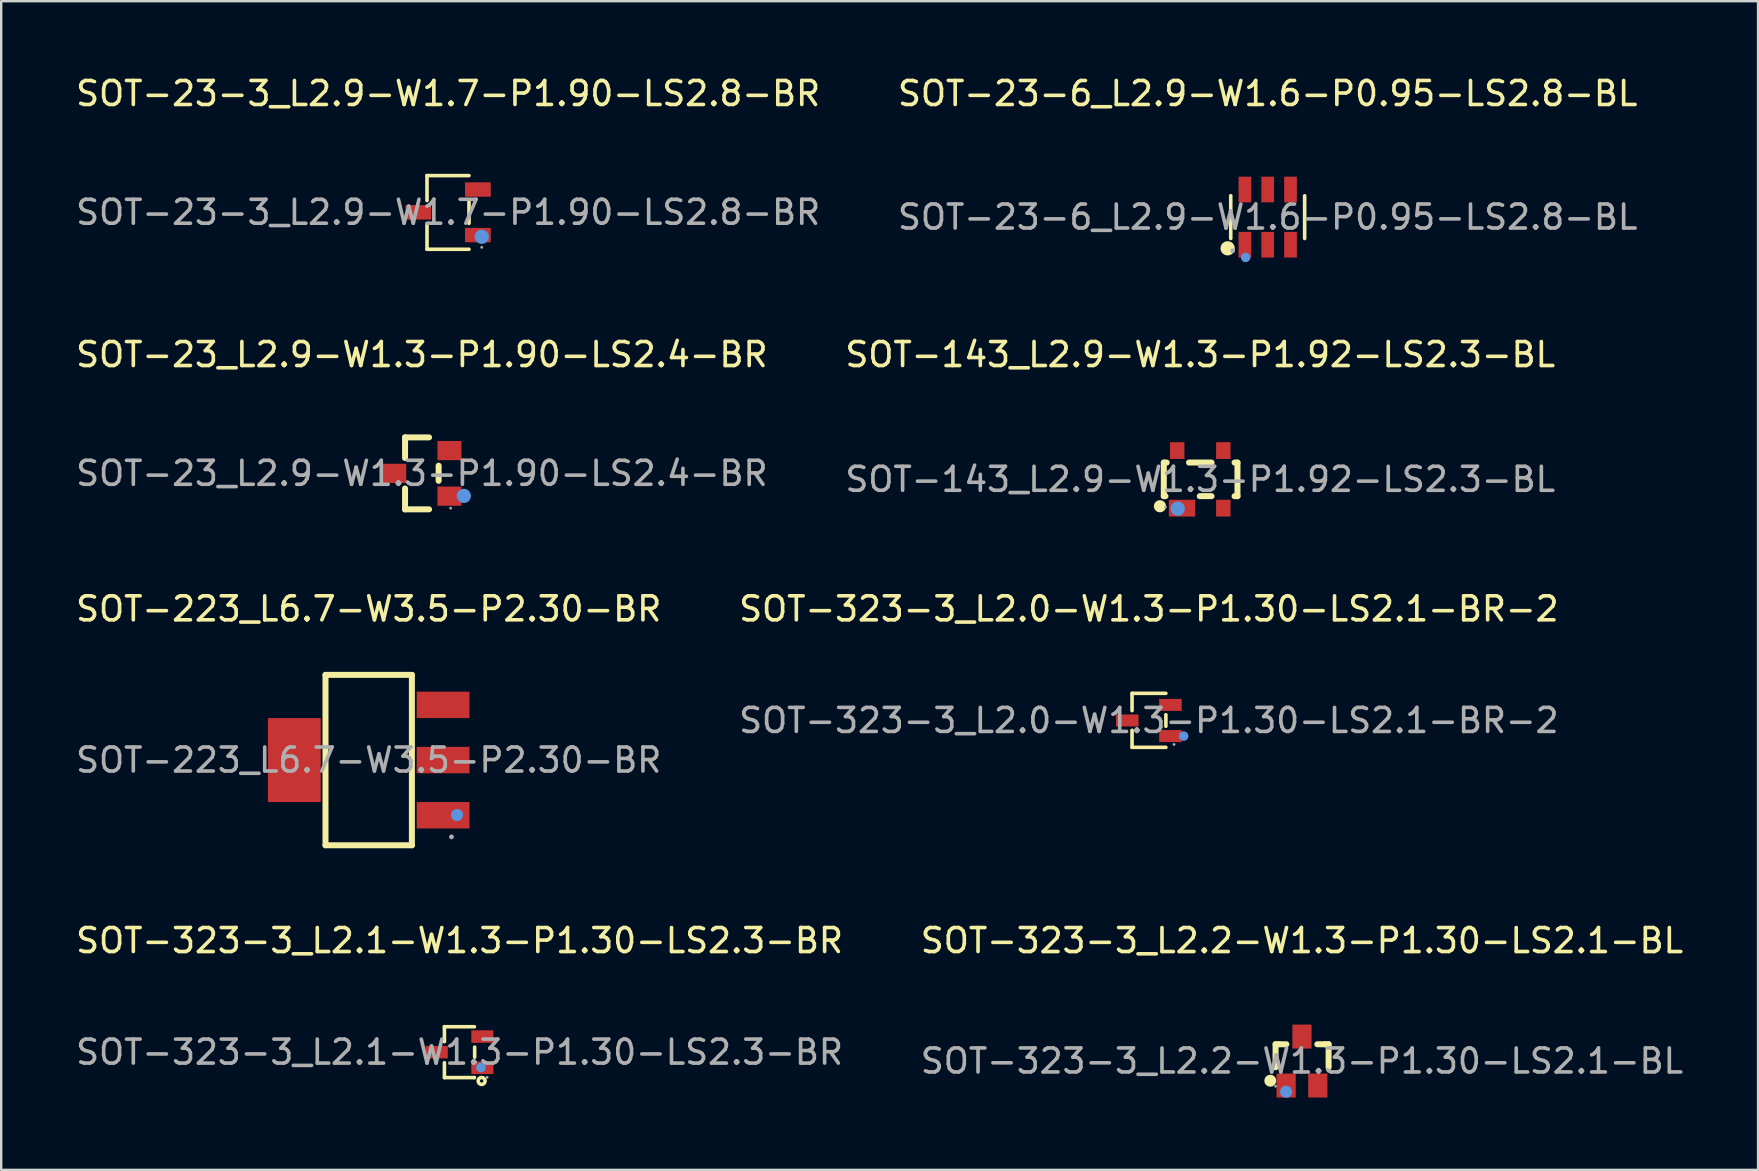
<source format=kicad_pcb>
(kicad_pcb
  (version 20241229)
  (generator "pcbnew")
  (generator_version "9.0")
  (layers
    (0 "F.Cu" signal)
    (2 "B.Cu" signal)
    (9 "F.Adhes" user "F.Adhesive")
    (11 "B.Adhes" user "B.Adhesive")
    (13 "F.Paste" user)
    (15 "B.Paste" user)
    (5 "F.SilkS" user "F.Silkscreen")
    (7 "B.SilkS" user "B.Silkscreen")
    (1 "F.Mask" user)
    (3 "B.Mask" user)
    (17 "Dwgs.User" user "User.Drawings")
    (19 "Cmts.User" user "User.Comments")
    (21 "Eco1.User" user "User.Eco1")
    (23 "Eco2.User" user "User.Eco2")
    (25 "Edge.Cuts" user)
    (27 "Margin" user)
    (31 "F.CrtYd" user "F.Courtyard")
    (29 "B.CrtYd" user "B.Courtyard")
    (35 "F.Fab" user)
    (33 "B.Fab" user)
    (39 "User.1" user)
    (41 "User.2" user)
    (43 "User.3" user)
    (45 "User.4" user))
  (footprint "SOT-23-6_L2.9-W1.6-P0.95-LS2.8-BL"
    (layer "F.Cu")
    (at 49.78 5.998)
    (property "Reference" "SOT-23-6_L2.9-W1.6-P0.95-LS2.8-BL" (at 0 -5.15 0) (layer "F.SilkS") (effects (font (size 1 1) (thickness 0.15))))
    (attr through_hole)
    (fp_line (start -1.54 0.89) (end -1.54 -0.89) (stroke (width 0.15) (type solid)) (layer "F.SilkS"))
    (fp_line (start 1.54 0.89) (end 1.54 -0.89) (stroke (width 0.15) (type solid)) (layer "F.SilkS"))
    (fp_circle (center -1.67 1.3) (end -1.52 1.3) (stroke (width 0.3) (type solid)) (fill no) (layer "F.SilkS"))
    (fp_circle (center -0.92 1.68) (end -0.82 1.68) (stroke (width 0.2) (type solid)) (fill no) (layer "Cmts.User"))
    (fp_circle (center -1.46 1.4) (end -1.41 1.4) (stroke (width 0.1) (type solid)) (fill no) (layer "F.Fab"))
    (fp_text user "${REFERENCE}" (at 0 0 0) (layer "F.Fab") (effects (font (size 1 1) (thickness 0.15))))
    (pad "1" smd rect (at -0.95 1.15) (size 0.53 1.07) (layers "F.Cu" "F.Mask" "F.Paste"))
    (pad "2" smd rect (at 0 1.15) (size 0.53 1.07) (layers "F.Cu" "F.Mask" "F.Paste"))
    (pad "3" smd rect (at 0.95 1.15) (size 0.53 1.07) (layers "F.Cu" "F.Mask" "F.Paste"))
    (pad "4" smd rect (at 0.95 -1.15) (size 0.53 1.07) (layers "F.Cu" "F.Mask" "F.Paste"))
    (pad "5" smd rect (at 0 -1.15) (size 0.53 1.07) (layers "F.Cu" "F.Mask" "F.Paste"))
    (pad "6" smd rect (at -0.95 -1.15) (size 0.53 1.07) (layers "F.Cu" "F.Mask" "F.Paste")))
  (footprint "SOT-223_L6.7-W3.5-P2.30-BR"
    (layer "F.Cu")
    (at 12.315 28.625)
    (property "Reference" "SOT-223_L6.7-W3.5-P2.30-BR" (at 0 -6.3 0) (layer "F.SilkS") (effects (font (size 1 1) (thickness 0.15))))
    (attr through_hole)
    (fp_line (start -1.8 -3.55) (end 1.8 -3.55) (stroke (width 0.25) (type solid)) (layer "F.SilkS"))
    (fp_line (start -1.8 3.55) (end -1.8 -3.55) (stroke (width 0.25) (type solid)) (layer "F.SilkS"))
    (fp_line (start -1.8 3.55) (end 1.8 3.55) (stroke (width 0.25) (type solid)) (layer "F.SilkS"))
    (fp_line (start 1.8 3.55) (end 1.8 -3.55) (stroke (width 0.25) (type solid)) (layer "F.SilkS"))
    (fp_circle (center 3.68 2.29) (end 3.81 2.29) (stroke (width 0.25) (type solid)) (fill no) (layer "Cmts.User"))
    (fp_circle (center 3.45 3.2) (end 3.5 3.2) (stroke (width 0.1) (type solid)) (fill no) (layer "F.Fab"))
    (fp_text user "${REFERENCE}" (at 0 0 0) (layer "F.Fab") (effects (font (size 1 1) (thickness 0.15))))
    (pad "1" smd rect (at 3.1 2.3 90) (size 1.1 2.2) (layers "F.Cu" "F.Mask" "F.Paste"))
    (pad "2" smd rect (at 3.1 0 90) (size 1.1 2.2) (layers "F.Cu" "F.Mask" "F.Paste"))
    (pad "3" smd rect (at 3.1 -2.3 90) (size 1.1 2.2) (layers "F.Cu" "F.Mask" "F.Paste"))
    (pad "4" smd rect (at -3.1 0) (size 2.2 3.5) (layers "F.Cu" "F.Mask" "F.Paste")))
  (footprint "SOT-143_L2.9-W1.3-P1.92-LS2.3-BL"
    (layer "F.Cu")
    (at 46.97 16.927)
    (property "Reference" "SOT-143_L2.9-W1.3-P1.92-LS2.3-BL" (at 0 -5.2 0) (layer "F.SilkS") (effects (font (size 1 1) (thickness 0.15))))
    (attr through_hole)
    (fp_line (start -1.52 -0.7) (end -1.4 -0.7) (stroke (width 0.25) (type solid)) (layer "F.SilkS"))
    (fp_line (start -1.52 0.7) (end -1.52 -0.7) (stroke (width 0.25) (type solid)) (layer "F.SilkS"))
    (fp_line (start -1.52 0.7) (end -1.45 0.7) (stroke (width 0.25) (type solid)) (layer "F.SilkS"))
    (fp_line (start -0.47 -0.7) (end 0.47 -0.7) (stroke (width 0.25) (type solid)) (layer "F.SilkS"))
    (fp_line (start -0.02 0.7) (end 0.47 0.7) (stroke (width 0.25) (type solid)) (layer "F.SilkS"))
    (fp_line (start 1.43 -0.7) (end 1.55 -0.7) (stroke (width 0.25) (type solid)) (layer "F.SilkS"))
    (fp_line (start 1.43 0.7) (end 1.55 0.7) (stroke (width 0.25) (type solid)) (layer "F.SilkS"))
    (fp_line (start 1.55 0.7) (end 1.55 -0.7) (stroke (width 0.25) (type solid)) (layer "F.SilkS"))
    (fp_circle (center -1.68 1.12) (end -1.55 1.12) (stroke (width 0.25) (type solid)) (fill no) (layer "F.SilkS"))
    (fp_circle (center -0.94 1.22) (end -0.79 1.22) (stroke (width 0.3) (type solid)) (fill no) (layer "Cmts.User"))
    (fp_circle (center -1.45 1.15) (end -1.42 1.15) (stroke (width 0.06) (type solid)) (fill no) (layer "F.Fab"))
    (fp_text user "${REFERENCE}" (at 0 0 0) (layer "F.Fab") (effects (font (size 1 1) (thickness 0.15))))
    (pad "1" smd rect (at -0.76 1.2) (size 1.1 0.7) (layers "F.Cu" "F.Mask" "F.Paste"))
    (pad "2" smd rect (at 0.96 1.2) (size 0.6 0.7) (layers "F.Cu" "F.Mask" "F.Paste"))
    (pad "3" smd rect (at 0.96 -1.2) (size 0.6 0.7) (layers "F.Cu" "F.Mask" "F.Paste"))
    (pad "4" smd rect (at -0.96 -1.2) (size 0.6 0.7) (layers "F.Cu" "F.Mask" "F.Paste")))
  (footprint "SOT-323-3_L2.2-W1.3-P1.30-LS2.1-BL"
    (layer "F.Cu")
    (at 51.208 41.168)
    (property "Reference" "SOT-323-3_L2.2-W1.3-P1.30-LS2.1-BL" (at 0 -5.02 0) (layer "F.SilkS") (effects (font (size 1 1) (thickness 0.15))))
    (attr through_hole)
    (fp_line (start -1.1 -0.7) (end -1.1 0.26) (stroke (width 0.25) (type solid)) (layer "F.SilkS"))
    (fp_line (start -0.95 -0.7) (end -1.1 -0.7) (stroke (width 0.25) (type solid)) (layer "F.SilkS"))
    (fp_line (start -0.95 -0.7) (end -0.65 -0.7) (stroke (width 0.25) (type solid)) (layer "F.SilkS"))
    (fp_line (start 0.64 -0.7) (end 0.95 -0.7) (stroke (width 0.25) (type solid)) (layer "F.SilkS"))
    (fp_line (start 0.95 -0.7) (end 1.11 -0.7) (stroke (width 0.25) (type solid)) (layer "F.SilkS"))
    (fp_line (start 1.11 -0.7) (end 1.11 0.26) (stroke (width 0.25) (type solid)) (layer "F.SilkS"))
    (fp_arc (start -1.32 0.82) (mid -1.32 0.82) (end -1.32 0.82) (stroke (width 0.25) (type solid)) (layer "F.SilkS"))
    (fp_circle (center -0.66 1.28) (end -0.53 1.28) (stroke (width 0.25) (type solid)) (fill no) (layer "Cmts.User"))
    (fp_circle (center -1.1 1.05) (end -1.07 1.05) (stroke (width 0.06) (type solid)) (fill no) (layer "F.Fab"))
    (fp_text user "${REFERENCE}" (at 0 0 0) (layer "F.Fab") (effects (font (size 1 1) (thickness 0.15))))
    (pad "1" smd rect (at -0.66 1.02) (size 0.8 1) (layers "F.Cu" "F.Mask" "F.Paste"))
    (pad "2" smd rect (at 0.66 1.02) (size 0.8 1) (layers "F.Cu" "F.Mask" "F.Paste"))
    (pad "3" smd rect (at 0 -1.02) (size 0.8 1) (layers "F.Cu" "F.Mask" "F.Paste")))
  (footprint "SOT-23-3_L2.9-W1.7-P1.90-LS2.8-BR"
    (layer "F.Cu")
    (at 15.625 5.798)
    (property "Reference" "SOT-23-3_L2.9-W1.7-P1.90-LS2.8-BR" (at 0 -4.95 0) (layer "F.SilkS") (effects (font (size 1 1) (thickness 0.15))))
    (attr through_hole)
    (fp_line (start -0.88 -1.53) (end -0.88 -0.49) (stroke (width 0.15) (type solid)) (layer "F.SilkS"))
    (fp_line (start -0.88 1.54) (end -0.88 0.5) (stroke (width 0.15) (type solid)) (layer "F.SilkS"))
    (fp_line (start 0.87 -1.53) (end -0.88 -1.53) (stroke (width 0.15) (type solid)) (layer "F.SilkS"))
    (fp_line (start 0.87 -0.45) (end 0.87 0.46) (stroke (width 0.15) (type solid)) (layer "F.SilkS"))
    (fp_line (start 0.87 1.54) (end -0.88 1.54) (stroke (width 0.15) (type solid)) (layer "F.SilkS"))
    (fp_circle (center 1.4 1.02) (end 1.55 1.02) (stroke (width 0.3) (type solid)) (fill no) (layer "Cmts.User"))
    (fp_circle (center 1.4 1.46) (end 1.43 1.46) (stroke (width 0.06) (type solid)) (fill no) (layer "F.Fab"))
    (fp_text user "${REFERENCE}" (at 0 0 0) (layer "F.Fab") (effects (font (size 1 1) (thickness 0.15))))
    (pad "1" smd rect (at 1.24 0.95) (size 1.07 0.6) (layers "F.Cu" "F.Mask" "F.Paste"))
    (pad "2" smd rect (at 1.24 -0.95) (size 1.07 0.6) (layers "F.Cu" "F.Mask" "F.Paste"))
    (pad "3" smd rect (at -1.24 0) (size 1.07 0.6) (layers "F.Cu" "F.Mask" "F.Paste")))
  (footprint "SOT-23_L2.9-W1.3-P1.90-LS2.4-BR"
    (layer "F.Cu")
    (at 14.53 16.677)
    (property "Reference" "SOT-23_L2.9-W1.3-P1.90-LS2.4-BR" (at 0 -4.95 0) (layer "F.SilkS") (effects (font (size 1 1) (thickness 0.15))))
    (attr through_hole)
    (fp_line (start -0.7 -1.5) (end 0.3 -1.5) (stroke (width 0.25) (type solid)) (layer "F.SilkS"))
    (fp_line (start -0.7 -0.64) (end -0.7 -1.5) (stroke (width 0.25) (type solid)) (layer "F.SilkS"))
    (fp_line (start -0.7 1.5) (end -0.7 0.63) (stroke (width 0.25) (type solid)) (layer "F.SilkS"))
    (fp_line (start -0.7 1.5) (end 0.3 1.5) (stroke (width 0.25) (type solid)) (layer "F.SilkS"))
    (fp_line (start 0.7 0.31) (end 0.7 -0.32) (stroke (width 0.25) (type solid)) (layer "F.SilkS"))
    (fp_circle (center 1.75 0.94) (end 1.9 0.94) (stroke (width 0.3) (type solid)) (fill no) (layer "Cmts.User"))
    (fp_circle (center 1.2 1.45) (end 1.23 1.45) (stroke (width 0.06) (type solid)) (fill no) (layer "F.Fab"))
    (fp_text user "${REFERENCE}" (at 0 0 0) (layer "F.Fab") (effects (font (size 1 1) (thickness 0.15))))
    (pad "1" smd rect (at 1.15 0.95 180) (size 1 0.8) (layers "F.Cu" "F.Mask" "F.Paste"))
    (pad "2" smd rect (at 1.15 -0.95 180) (size 1 0.8) (layers "F.Cu" "F.Mask" "F.Paste"))
    (pad "3" smd rect (at -1.15 0 180) (size 1 0.8) (layers "F.Cu" "F.Mask" "F.Paste")))
  (footprint "SOT-323-3_L2.1-W1.3-P1.30-LS2.3-BR"
    (layer "F.Cu")
    (at 16.101 40.798)
    (property "Reference" "SOT-323-3_L2.1-W1.3-P1.30-LS2.3-BR" (at 0 -4.65 0) (layer "F.SilkS") (effects (font (size 1 1) (thickness 0.15))))
    (attr through_hole)
    (fp_line (start -0.63 -1.06) (end -0.63 -0.44) (stroke (width 0.15) (type solid)) (layer "F.SilkS"))
    (fp_line (start -0.63 -1.06) (end 0.62 -1.06) (stroke (width 0.15) (type solid)) (layer "F.SilkS"))
    (fp_line (start -0.63 0.44) (end -0.63 1.06) (stroke (width 0.15) (type solid)) (layer "F.SilkS"))
    (fp_line (start -0.63 1.06) (end 0.61 1.06) (stroke (width 0.15) (type solid)) (layer "F.SilkS"))
    (fp_line (start 0.61 1.06) (end 0.62 1.06) (stroke (width 0.15) (type solid)) (layer "F.SilkS"))
    (fp_line (start 0.63 0.21) (end 0.63 -0.21) (stroke (width 0.15) (type solid)) (layer "F.SilkS"))
    (fp_circle (center 0.92 1.2) (end 0.99 1.2) (stroke (width 0.15) (type solid)) (fill no) (layer "F.SilkS"))
    (fp_circle (center 0.89 0.64) (end 0.99 0.64) (stroke (width 0.2) (type solid)) (fill no) (layer "Cmts.User"))
    (fp_circle (center 1.15 1.05) (end 1.18 1.05) (stroke (width 0.06) (type solid)) (fill no) (layer "F.Fab"))
    (fp_text user "${REFERENCE}" (at 0 0 0) (layer "F.Fab") (effects (font (size 1 1) (thickness 0.15))))
    (pad "1" smd rect (at 0.95 0.65 90) (size 0.52 0.92) (layers "F.Cu" "F.Mask" "F.Paste"))
    (pad "2" smd rect (at 0.95 -0.65 90) (size 0.52 0.92) (layers "F.Cu" "F.Mask" "F.Paste"))
    (pad "3" smd rect (at -0.95 0 90) (size 0.52 0.92) (layers "F.Cu" "F.Mask" "F.Paste")))
  (footprint "SOT-323-3_L2.0-W1.3-P1.30-LS2.1-BR-2"
    (layer "F.Cu")
    (at 44.827 26.975)
    (property "Reference" "SOT-323-3_L2.0-W1.3-P1.30-LS2.1-BR-2" (at 0 -4.65 0) (layer "F.SilkS") (effects (font (size 1 1) (thickness 0.15))))
    (attr through_hole)
    (fp_line (start -0.7 -1.13) (end -0.7 -0.41) (stroke (width 0.15) (type solid)) (layer "F.SilkS"))
    (fp_line (start -0.7 1.12) (end -0.7 0.41) (stroke (width 0.15) (type solid)) (layer "F.SilkS"))
    (fp_line (start 0.71 -1.13) (end -0.7 -1.13) (stroke (width 0.15) (type solid)) (layer "F.SilkS"))
    (fp_line (start 0.71 -0.24) (end 0.71 0.24) (stroke (width 0.15) (type solid)) (layer "F.SilkS"))
    (fp_line (start 0.71 1.12) (end -0.7 1.12) (stroke (width 0.15) (type solid)) (layer "F.SilkS"))
    (fp_circle (center 1.45 0.65) (end 1.55 0.65) (stroke (width 0.2) (type solid)) (fill no) (layer "Cmts.User"))
    (fp_circle (center 1.05 1) (end 1.08 1) (stroke (width 0.06) (type solid)) (fill no) (layer "F.Fab"))
    (fp_text user "${REFERENCE}" (at 0 0 0) (layer "F.Fab") (effects (font (size 1 1) (thickness 0.15))))
    (pad "1" smd rect (at 0.9 0.65) (size 0.94 0.5) (layers "F.Cu" "F.Mask" "F.Paste"))
    (pad "2" smd rect (at 0.9 -0.65) (size 0.94 0.5) (layers "F.Cu" "F.Mask" "F.Paste"))
    (pad "3" smd rect (at -0.9 0) (size 0.94 0.5) (layers "F.Cu" "F.Mask" "F.Paste")))
  (gr_rect
    (start -3 -3)
    (end 70.214 45.703)
    (stroke (width 0.1) (type default))
    (fill no)
    (layer "Edge.Cuts")))
</source>
